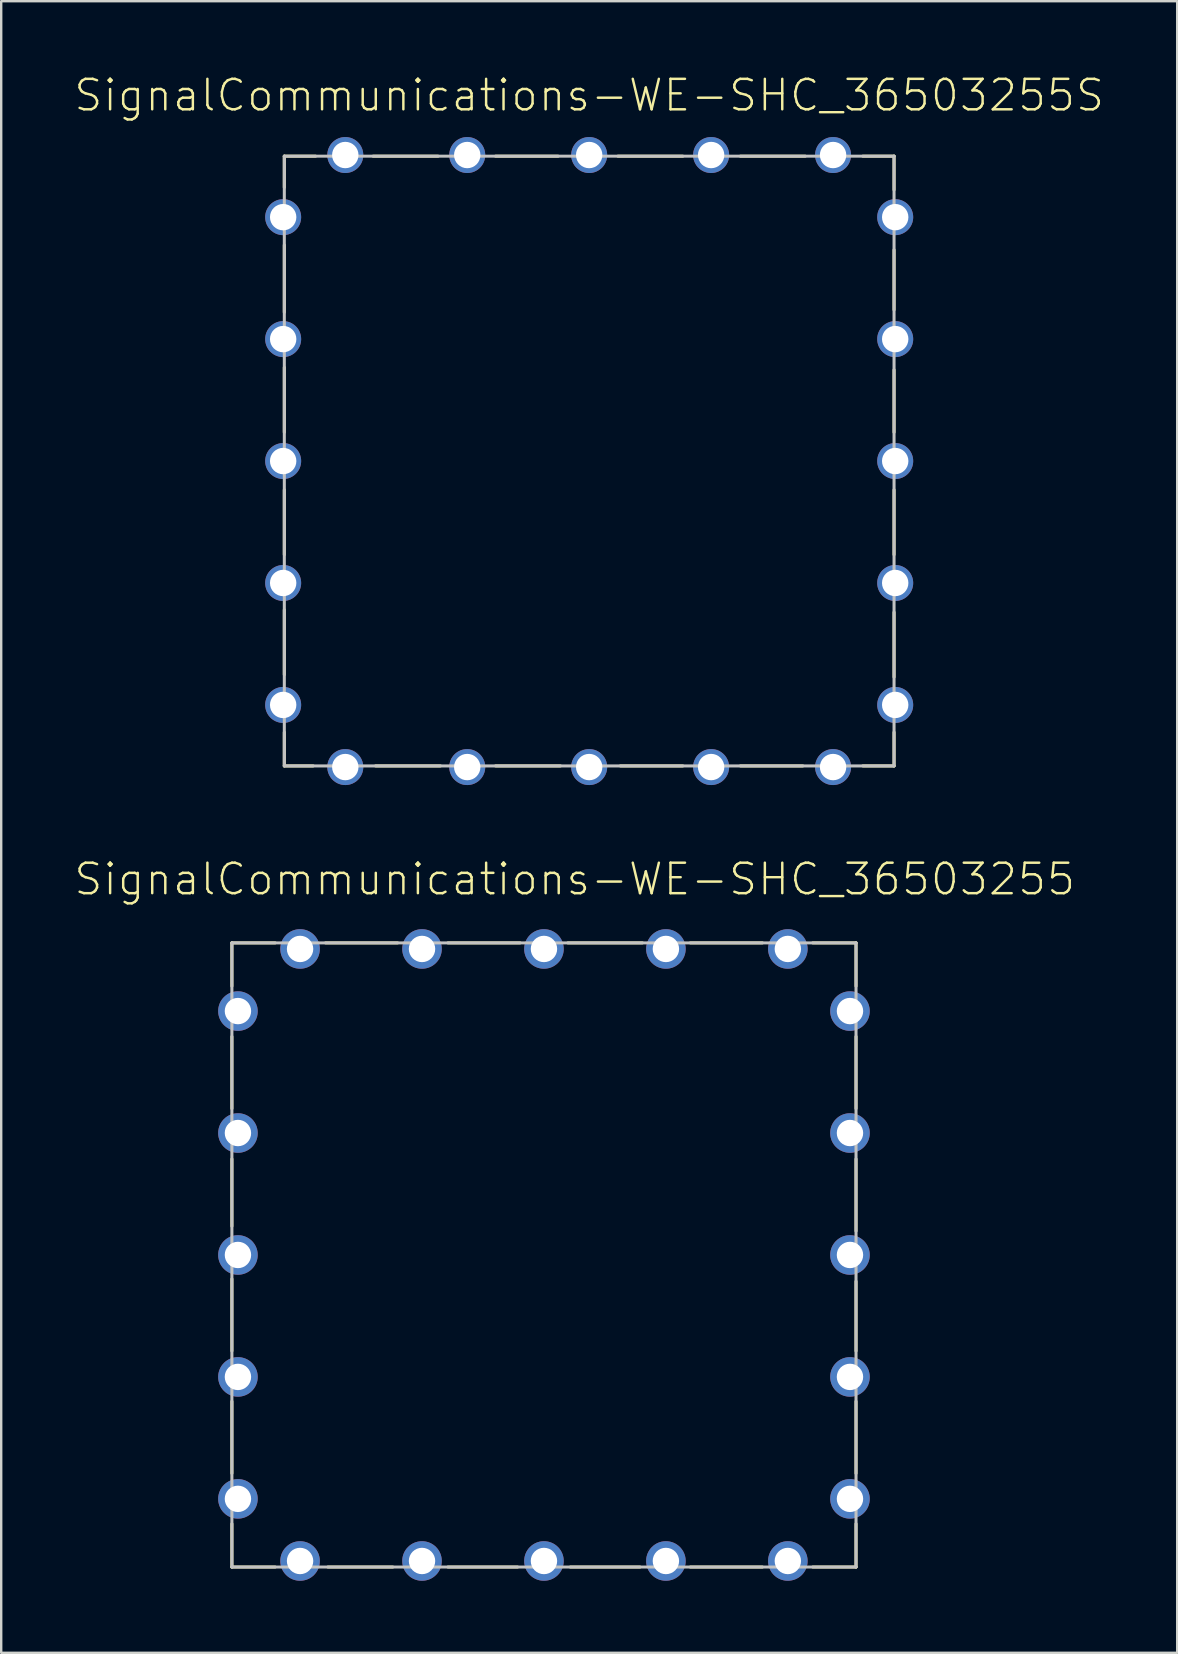
<source format=kicad_pcb>
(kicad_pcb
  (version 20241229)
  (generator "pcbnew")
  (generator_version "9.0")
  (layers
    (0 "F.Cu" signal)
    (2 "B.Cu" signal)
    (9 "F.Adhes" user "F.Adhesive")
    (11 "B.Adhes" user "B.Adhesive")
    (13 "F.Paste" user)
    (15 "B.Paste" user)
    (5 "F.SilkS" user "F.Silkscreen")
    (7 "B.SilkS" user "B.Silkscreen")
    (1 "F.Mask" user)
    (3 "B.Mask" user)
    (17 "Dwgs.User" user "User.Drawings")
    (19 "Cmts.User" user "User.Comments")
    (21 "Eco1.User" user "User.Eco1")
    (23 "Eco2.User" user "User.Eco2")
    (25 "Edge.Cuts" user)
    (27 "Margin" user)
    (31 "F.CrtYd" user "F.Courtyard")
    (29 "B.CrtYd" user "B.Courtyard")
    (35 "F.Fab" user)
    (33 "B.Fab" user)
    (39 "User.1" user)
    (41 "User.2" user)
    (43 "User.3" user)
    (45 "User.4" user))
  (footprint "SignalCommunications-WE-SHC_36503255"
    (layer "F.Cu")
    (at 19.61 49.229)
    (property "Reference" "SignalCommunications-WE-SHC_36503255" (at 1.28 -15.654 0) (layer "F.SilkS") (effects (font (size 1.27 1.27) (thickness 0.102))))
    (attr exclude_from_pos_files exclude_from_bom)
    (fp_line (start -13 -13) (end -13 -11.199) (stroke (width 0.127) (type solid)) (layer "F.SilkS"))
    (fp_line (start -13 -9.098) (end -13 -6.099) (stroke (width 0.127) (type solid)) (layer "F.SilkS"))
    (fp_line (start -13 -3.998) (end -13 -1.199) (stroke (width 0.127) (type solid)) (layer "F.SilkS"))
    (fp_line (start -13 0.998) (end -13 3.998) (stroke (width 0.127) (type solid)) (layer "F.SilkS"))
    (fp_line (start -13 6.099) (end -13 9.098) (stroke (width 0.127) (type solid)) (layer "F.SilkS"))
    (fp_line (start -13 11.199) (end -13 13) (stroke (width 0.127) (type solid)) (layer "F.SilkS"))
    (fp_line (start -13 13) (end -11.199 13) (stroke (width 0.127) (type solid)) (layer "F.SilkS"))
    (fp_line (start -11.199 -13) (end -13 -13) (stroke (width 0.127) (type solid)) (layer "F.SilkS"))
    (fp_line (start -9.098 -13) (end -6.099 -13) (stroke (width 0.127) (type solid)) (layer "F.SilkS"))
    (fp_line (start -8.999 13) (end -6.299 13) (stroke (width 0.127) (type solid)) (layer "F.SilkS"))
    (fp_line (start -3.998 -13) (end -0.998 -13) (stroke (width 0.127) (type solid)) (layer "F.SilkS"))
    (fp_line (start -3.998 13) (end -1.1 13) (stroke (width 0.127) (type solid)) (layer "F.SilkS"))
    (fp_line (start 0.998 -13) (end 4.1 -13) (stroke (width 0.127) (type solid)) (layer "F.SilkS"))
    (fp_line (start 1.1 13) (end 3.998 13) (stroke (width 0.127) (type solid)) (layer "F.SilkS"))
    (fp_line (start 6.099 -13) (end 9.098 -13) (stroke (width 0.127) (type solid)) (layer "F.SilkS"))
    (fp_line (start 6.099 13) (end 9.098 13) (stroke (width 0.127) (type solid)) (layer "F.SilkS"))
    (fp_line (start 11.199 -13) (end 13 -13) (stroke (width 0.127) (type solid)) (layer "F.SilkS"))
    (fp_line (start 11.199 13) (end 13 13) (stroke (width 0.127) (type solid)) (layer "F.SilkS"))
    (fp_line (start 13 -13) (end 13 -11.199) (stroke (width 0.127) (type solid)) (layer "F.SilkS"))
    (fp_line (start 13 -6.099) (end 13 -9.098) (stroke (width 0.127) (type solid)) (layer "F.SilkS"))
    (fp_line (start 13 -0.998) (end 13 -3.998) (stroke (width 0.127) (type solid)) (layer "F.SilkS"))
    (fp_line (start 13 3.998) (end 13 1.1) (stroke (width 0.127) (type solid)) (layer "F.SilkS"))
    (fp_line (start 13 9.098) (end 13 6.099) (stroke (width 0.127) (type solid)) (layer "F.SilkS"))
    (fp_line (start 13 13) (end 13 11.199) (stroke (width 0.127) (type solid)) (layer "F.SilkS"))
    (fp_line (start -13 -13) (end -13 13) (stroke (width 0.127) (type solid)) (layer "Dwgs.User"))
    (fp_line (start -13 13) (end 13 13) (stroke (width 0.127) (type solid)) (layer "Dwgs.User"))
    (fp_line (start 13 -13) (end -13 -13) (stroke (width 0.127) (type solid)) (layer "Dwgs.User"))
    (fp_line (start 13 13) (end 13 -13) (stroke (width 0.127) (type solid)) (layer "Dwgs.User"))
    (pad "1" thru_hole circle (at 12.748 -10.16) (size 1.648 1.648) (drill 1.1) (layers "*.Cu" "*.Paste" "*.Mask"))
    (pad "2" thru_hole circle (at 12.748 -5.08) (size 1.648 1.648) (drill 1.1) (layers "*.Cu" "*.Paste" "*.Mask"))
    (pad "3" thru_hole circle (at 12.748 0) (size 1.648 1.648) (drill 1.1) (layers "*.Cu" "*.Paste" "*.Mask"))
    (pad "4" thru_hole circle (at 12.748 5.08) (size 1.648 1.648) (drill 1.1) (layers "*.Cu" "*.Paste" "*.Mask"))
    (pad "5" thru_hole circle (at 12.748 10.16) (size 1.648 1.648) (drill 1.1) (layers "*.Cu" "*.Paste" "*.Mask"))
    (pad "6" thru_hole circle (at 10.16 12.748) (size 1.648 1.648) (drill 1.1) (layers "*.Cu" "*.Paste" "*.Mask"))
    (pad "7" thru_hole circle (at 5.08 12.748) (size 1.648 1.648) (drill 1.1) (layers "*.Cu" "*.Paste" "*.Mask"))
    (pad "8" thru_hole circle (at 0 12.748) (size 1.648 1.648) (drill 1.1) (layers "*.Cu" "*.Paste" "*.Mask"))
    (pad "9" thru_hole circle (at -5.08 12.748) (size 1.648 1.648) (drill 1.1) (layers "*.Cu" "*.Paste" "*.Mask"))
    (pad "10" thru_hole circle (at -10.16 12.748) (size 1.648 1.648) (drill 1.1) (layers "*.Cu" "*.Paste" "*.Mask"))
    (pad "11" thru_hole circle (at -12.748 10.16) (size 1.648 1.648) (drill 1.1) (layers "*.Cu" "*.Paste" "*.Mask"))
    (pad "12" thru_hole circle (at -12.748 5.08) (size 1.648 1.648) (drill 1.1) (layers "*.Cu" "*.Paste" "*.Mask"))
    (pad "13" thru_hole circle (at -12.748 0) (size 1.648 1.648) (drill 1.1) (layers "*.Cu" "*.Paste" "*.Mask"))
    (pad "14" thru_hole circle (at -12.748 -5.08) (size 1.648 1.648) (drill 1.1) (layers "*.Cu" "*.Paste" "*.Mask"))
    (pad "15" thru_hole circle (at -12.748 -10.16) (size 1.648 1.648) (drill 1.1) (layers "*.Cu" "*.Paste" "*.Mask"))
    (pad "16" thru_hole circle (at -10.16 -12.748) (size 1.648 1.648) (drill 1.1) (layers "*.Cu" "*.Paste" "*.Mask"))
    (pad "17" thru_hole circle (at -5.08 -12.748) (size 1.648 1.648) (drill 1.1) (layers "*.Cu" "*.Paste" "*.Mask"))
    (pad "18" thru_hole circle (at 0 -12.748) (size 1.648 1.648) (drill 1.1) (layers "*.Cu" "*.Paste" "*.Mask"))
    (pad "19" thru_hole circle (at 5.08 -12.748) (size 1.648 1.648) (drill 1.1) (layers "*.Cu" "*.Paste" "*.Mask"))
    (pad "20" thru_hole circle (at 10.16 -12.748) (size 1.648 1.648) (drill 1.1) (layers "*.Cu" "*.Paste" "*.Mask")))
  (footprint "SignalCommunications-WE-SHC_36503255S"
    (layer "F.Cu")
    (at 21.494 16.156)
    (property "Reference" "SignalCommunications-WE-SHC_36503255S" (at 0 -15.235 0) (layer "F.SilkS") (effects (font (size 1.27 1.27) (thickness 0.102))))
    (attr exclude_from_pos_files exclude_from_bom)
    (fp_line (start -12.7 -12.7) (end -12.7 -11.4) (stroke (width 0.127) (type solid)) (layer "F.SilkS"))
    (fp_line (start -12.7 -6.198) (end -12.7 -8.999) (stroke (width 0.127) (type solid)) (layer "F.SilkS"))
    (fp_line (start -12.7 -3.899) (end -12.7 -1.199) (stroke (width 0.127) (type solid)) (layer "F.SilkS"))
    (fp_line (start -12.7 1.199) (end -12.7 3.899) (stroke (width 0.127) (type solid)) (layer "F.SilkS"))
    (fp_line (start -12.7 8.898) (end -12.7 6.198) (stroke (width 0.127) (type solid)) (layer "F.SilkS"))
    (fp_line (start -12.7 12.7) (end -12.7 11.298) (stroke (width 0.127) (type solid)) (layer "F.SilkS"))
    (fp_line (start -11.499 12.7) (end -12.7 12.7) (stroke (width 0.127) (type solid)) (layer "F.SilkS"))
    (fp_line (start -11.4 -12.7) (end -12.7 -12.7) (stroke (width 0.127) (type solid)) (layer "F.SilkS"))
    (fp_line (start -8.999 -12.7) (end -6.299 -12.7) (stroke (width 0.127) (type solid)) (layer "F.SilkS"))
    (fp_line (start -8.898 12.7) (end -6.198 12.7) (stroke (width 0.127) (type solid)) (layer "F.SilkS"))
    (fp_line (start -3.899 -12.7) (end -1.298 -12.7) (stroke (width 0.127) (type solid)) (layer "F.SilkS"))
    (fp_line (start -3.899 12.7) (end -1.199 12.7) (stroke (width 0.127) (type solid)) (layer "F.SilkS"))
    (fp_line (start 1.199 -12.7) (end 3.899 -12.7) (stroke (width 0.127) (type solid)) (layer "F.SilkS"))
    (fp_line (start 1.298 12.7) (end 3.899 12.7) (stroke (width 0.127) (type solid)) (layer "F.SilkS"))
    (fp_line (start 6.299 -12.7) (end 8.999 -12.7) (stroke (width 0.127) (type solid)) (layer "F.SilkS"))
    (fp_line (start 6.299 12.7) (end 8.898 12.7) (stroke (width 0.127) (type solid)) (layer "F.SilkS"))
    (fp_line (start 11.4 -12.7) (end 12.7 -12.7) (stroke (width 0.127) (type solid)) (layer "F.SilkS"))
    (fp_line (start 11.4 12.7) (end 12.7 12.7) (stroke (width 0.127) (type solid)) (layer "F.SilkS"))
    (fp_line (start 12.7 -12.7) (end 12.7 -11.298) (stroke (width 0.127) (type solid)) (layer "F.SilkS"))
    (fp_line (start 12.7 -8.799) (end 12.7 -6.299) (stroke (width 0.127) (type solid)) (layer "F.SilkS"))
    (fp_line (start 12.7 -3.8) (end 12.7 -1.199) (stroke (width 0.127) (type solid)) (layer "F.SilkS"))
    (fp_line (start 12.7 1.199) (end 12.7 3.899) (stroke (width 0.127) (type solid)) (layer "F.SilkS"))
    (fp_line (start 12.7 6.299) (end 12.7 8.999) (stroke (width 0.127) (type solid)) (layer "F.SilkS"))
    (fp_line (start 12.7 12.7) (end 12.7 11.298) (stroke (width 0.127) (type solid)) (layer "F.SilkS"))
    (fp_line (start -12.7 -12.7) (end 12.7 -12.7) (stroke (width 0.127) (type solid)) (layer "Dwgs.User"))
    (fp_line (start -12.7 12.7) (end -12.7 -12.7) (stroke (width 0.127) (type solid)) (layer "Dwgs.User"))
    (fp_line (start 12.7 -12.7) (end 12.7 12.7) (stroke (width 0.127) (type solid)) (layer "Dwgs.User"))
    (fp_line (start 12.7 12.7) (end -12.7 12.7) (stroke (width 0.127) (type solid)) (layer "Dwgs.User"))
    (pad "1" thru_hole circle (at -10.16 -12.748) (size 1.499 1.499) (drill 1.1) (layers "*.Cu" "*.Paste" "*.Mask"))
    (pad "2" thru_hole circle (at -5.08 -12.748) (size 1.499 1.499) (drill 1.1) (layers "*.Cu" "*.Paste" "*.Mask"))
    (pad "3" thru_hole circle (at 5.08 -12.748) (size 1.499 1.499) (drill 1.1) (layers "*.Cu" "*.Paste" "*.Mask"))
    (pad "4" thru_hole circle (at 10.16 -12.748) (size 1.499 1.499) (drill 1.1) (layers "*.Cu" "*.Paste" "*.Mask"))
    (pad "5" thru_hole circle (at 0 -12.748) (size 1.499 1.499) (drill 1.1) (layers "*.Cu" "*.Paste" "*.Mask"))
    (pad "6" thru_hole circle (at 12.748 -10.16) (size 1.499 1.499) (drill 1.1) (layers "*.Cu" "*.Paste" "*.Mask"))
    (pad "7" thru_hole circle (at 12.748 -5.08) (size 1.499 1.499) (drill 1.1) (layers "*.Cu" "*.Paste" "*.Mask"))
    (pad "8" thru_hole circle (at 12.748 0) (size 1.499 1.499) (drill 1.1) (layers "*.Cu" "*.Paste" "*.Mask"))
    (pad "9" thru_hole circle (at 12.748 5.08) (size 1.499 1.499) (drill 1.1) (layers "*.Cu" "*.Paste" "*.Mask"))
    (pad "10" thru_hole circle (at 12.748 10.16) (size 1.499 1.499) (drill 1.1) (layers "*.Cu" "*.Paste" "*.Mask"))
    (pad "11" thru_hole circle (at 10.16 12.748) (size 1.499 1.499) (drill 1.1) (layers "*.Cu" "*.Paste" "*.Mask"))
    (pad "12" thru_hole circle (at 5.08 12.748) (size 1.499 1.499) (drill 1.1) (layers "*.Cu" "*.Paste" "*.Mask"))
    (pad "13" thru_hole circle (at 0 12.748) (size 1.499 1.499) (drill 1.1) (layers "*.Cu" "*.Paste" "*.Mask"))
    (pad "14" thru_hole circle (at -5.08 12.748) (size 1.499 1.499) (drill 1.1) (layers "*.Cu" "*.Paste" "*.Mask"))
    (pad "15" thru_hole circle (at -10.16 12.748) (size 1.499 1.499) (drill 1.1) (layers "*.Cu" "*.Paste" "*.Mask"))
    (pad "16" thru_hole circle (at -12.748 10.16) (size 1.499 1.499) (drill 1.1) (layers "*.Cu" "*.Paste" "*.Mask"))
    (pad "17" thru_hole circle (at -12.748 5.08) (size 1.499 1.499) (drill 1.1) (layers "*.Cu" "*.Paste" "*.Mask"))
    (pad "18" thru_hole circle (at -12.748 0) (size 1.499 1.499) (drill 1.1) (layers "*.Cu" "*.Paste" "*.Mask"))
    (pad "19" thru_hole circle (at -12.748 -5.08) (size 1.499 1.499) (drill 1.1) (layers "*.Cu" "*.Paste" "*.Mask"))
    (pad "20" thru_hole circle (at -12.748 -10.16) (size 1.499 1.499) (drill 1.1) (layers "*.Cu" "*.Paste" "*.Mask")))
  (gr_rect
    (start -3 -3)
    (end 45.989 65.802)
    (stroke (width 0.1) (type default))
    (fill no)
    (layer "Edge.Cuts")))
</source>
